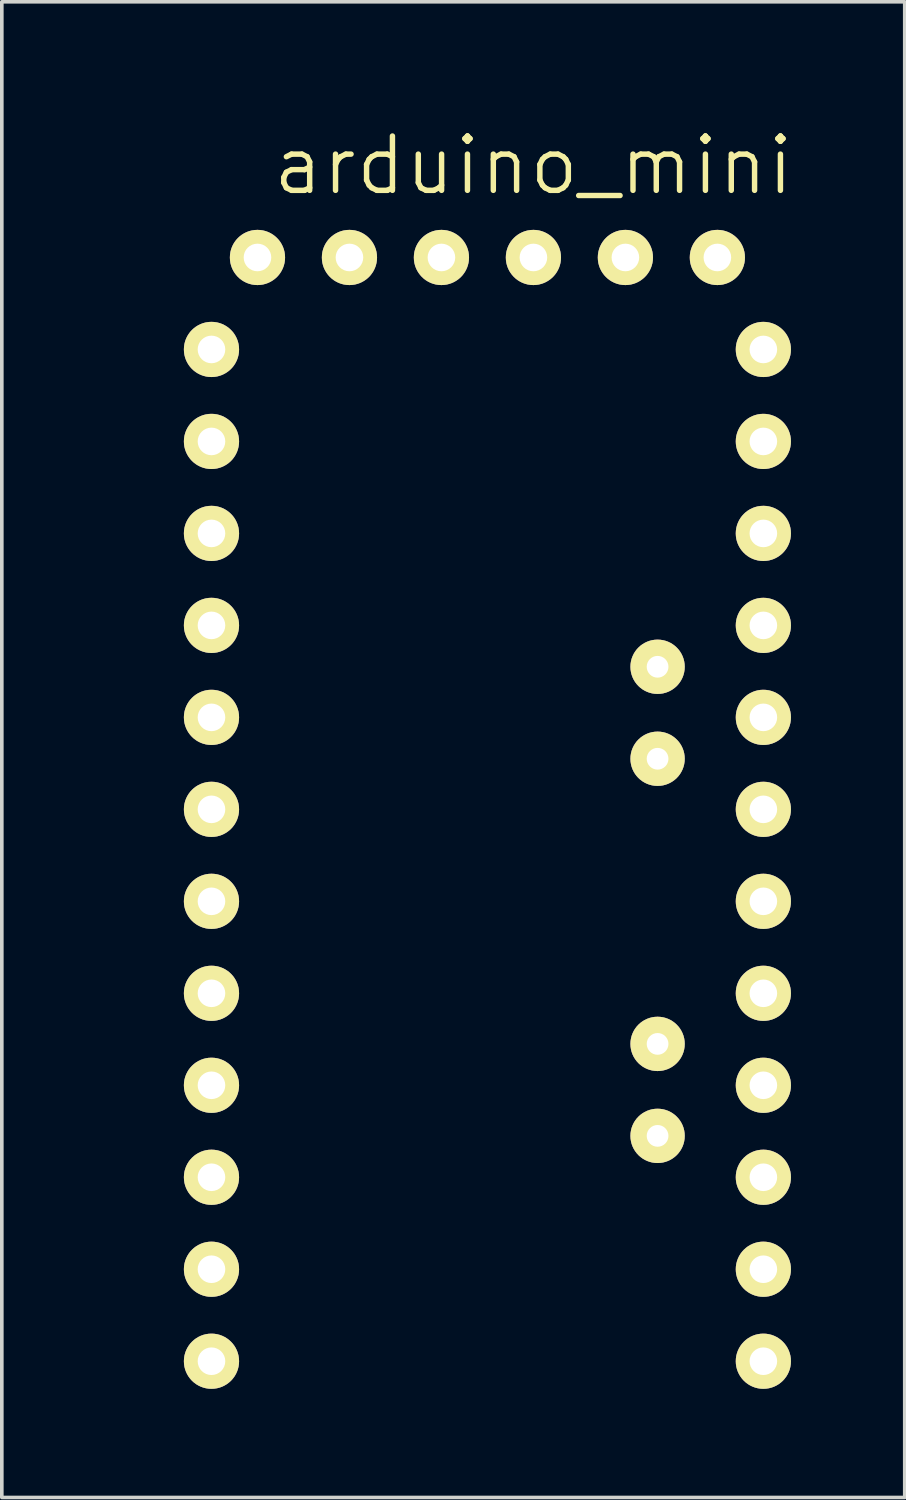
<source format=kicad_pcb>
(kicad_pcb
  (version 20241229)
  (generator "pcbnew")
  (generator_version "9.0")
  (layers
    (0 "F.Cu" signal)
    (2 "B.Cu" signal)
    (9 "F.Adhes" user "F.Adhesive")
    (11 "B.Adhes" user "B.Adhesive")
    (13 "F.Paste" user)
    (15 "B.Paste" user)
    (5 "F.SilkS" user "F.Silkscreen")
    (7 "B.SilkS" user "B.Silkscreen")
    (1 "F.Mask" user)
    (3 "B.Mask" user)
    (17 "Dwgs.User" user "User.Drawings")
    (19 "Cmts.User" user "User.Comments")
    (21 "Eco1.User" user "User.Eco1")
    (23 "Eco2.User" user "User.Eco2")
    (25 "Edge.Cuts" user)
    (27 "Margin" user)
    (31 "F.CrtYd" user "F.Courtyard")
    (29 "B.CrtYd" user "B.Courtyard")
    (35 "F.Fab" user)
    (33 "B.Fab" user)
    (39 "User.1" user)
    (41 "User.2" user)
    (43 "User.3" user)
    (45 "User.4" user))
  (footprint "arduino_mini"
    (layer "F.Cu")
    (at 0.25 0.25)
    (property "Reference" "arduino_mini" (at 11.43 1.27 0) (layer "F.SilkS") (effects (font (size 1.5 1.5) (thickness 0.15))))
    (attr through_hole)
    (pad "1" thru_hole circle (at 3.81 3.81) (size 1.524 1.524) (drill 0.762) (layers "*.Cu" "*.Mask" "F.SilkS"))
    (pad "2" thru_hole circle (at 6.35 3.81) (size 1.524 1.524) (drill 0.762) (layers "*.Cu" "*.Mask" "F.SilkS"))
    (pad "3" thru_hole circle (at 8.89 3.81) (size 1.524 1.524) (drill 0.762) (layers "*.Cu" "*.Mask" "F.SilkS"))
    (pad "4" thru_hole circle (at 11.43 3.81) (size 1.524 1.524) (drill 0.762) (layers "*.Cu" "*.Mask" "F.SilkS"))
    (pad "5" thru_hole circle (at 13.97 3.81) (size 1.524 1.524) (drill 0.762) (layers "*.Cu" "*.Mask" "F.SilkS"))
    (pad "6" thru_hole circle (at 16.51 3.81) (size 1.524 1.524) (drill 0.762) (layers "*.Cu" "*.Mask" "F.SilkS"))
    (pad "7" thru_hole circle (at 2.54 6.35) (size 1.524 1.524) (drill 0.762) (layers "*.Cu" "*.Mask" "F.SilkS"))
    (pad "8" thru_hole circle (at 2.54 8.89) (size 1.524 1.524) (drill 0.762) (layers "*.Cu" "*.Mask" "F.SilkS"))
    (pad "9" thru_hole circle (at 2.54 11.43) (size 1.524 1.524) (drill 0.762) (layers "*.Cu" "*.Mask" "F.SilkS"))
    (pad "10" thru_hole circle (at 2.54 13.97) (size 1.524 1.524) (drill 0.762) (layers "*.Cu" "*.Mask" "F.SilkS"))
    (pad "11" thru_hole circle (at 2.54 16.51) (size 1.524 1.524) (drill 0.762) (layers "*.Cu" "*.Mask" "F.SilkS"))
    (pad "12" thru_hole circle (at 2.54 19.05) (size 1.524 1.524) (drill 0.762) (layers "*.Cu" "*.Mask" "F.SilkS"))
    (pad "13" thru_hole circle (at 2.54 21.59) (size 1.524 1.524) (drill 0.762) (layers "*.Cu" "*.Mask" "F.SilkS"))
    (pad "14" thru_hole circle (at 2.54 24.13) (size 1.524 1.524) (drill 0.762) (layers "*.Cu" "*.Mask" "F.SilkS"))
    (pad "15" thru_hole circle (at 2.54 26.67) (size 1.524 1.524) (drill 0.762) (layers "*.Cu" "*.Mask" "F.SilkS"))
    (pad "16" thru_hole circle (at 2.54 29.21) (size 1.524 1.524) (drill 0.762) (layers "*.Cu" "*.Mask" "F.SilkS"))
    (pad "17" thru_hole circle (at 2.54 31.75) (size 1.524 1.524) (drill 0.762) (layers "*.Cu" "*.Mask" "F.SilkS"))
    (pad "18" thru_hole circle (at 2.54 34.29) (size 1.524 1.524) (drill 0.762) (layers "*.Cu" "*.Mask" "F.SilkS"))
    (pad "19" thru_hole circle (at 17.78 6.35) (size 1.524 1.524) (drill 0.762) (layers "*.Cu" "*.Mask" "F.SilkS"))
    (pad "20" thru_hole circle (at 17.78 8.89) (size 1.524 1.524) (drill 0.762) (layers "*.Cu" "*.Mask" "F.SilkS"))
    (pad "21" thru_hole circle (at 17.78 11.43) (size 1.524 1.524) (drill 0.762) (layers "*.Cu" "*.Mask" "F.SilkS"))
    (pad "22" thru_hole circle (at 17.78 13.97) (size 1.524 1.524) (drill 0.762) (layers "*.Cu" "*.Mask" "F.SilkS"))
    (pad "23" thru_hole circle (at 17.78 16.51) (size 1.524 1.524) (drill 0.762) (layers "*.Cu" "*.Mask" "F.SilkS"))
    (pad "24" thru_hole circle (at 17.78 19.05) (size 1.524 1.524) (drill 0.762) (layers "*.Cu" "*.Mask" "F.SilkS"))
    (pad "25" thru_hole circle (at 17.78 21.59) (size 1.524 1.524) (drill 0.762) (layers "*.Cu" "*.Mask" "F.SilkS"))
    (pad "26" thru_hole circle (at 17.78 24.13) (size 1.524 1.524) (drill 0.762) (layers "*.Cu" "*.Mask" "F.SilkS"))
    (pad "27" thru_hole circle (at 17.78 26.67) (size 1.524 1.524) (drill 0.762) (layers "*.Cu" "*.Mask" "F.SilkS"))
    (pad "28" thru_hole circle (at 17.78 29.21) (size 1.524 1.524) (drill 0.762) (layers "*.Cu" "*.Mask" "F.SilkS"))
    (pad "29" thru_hole circle (at 17.78 31.75) (size 1.524 1.524) (drill 0.762) (layers "*.Cu" "*.Mask" "F.SilkS"))
    (pad "30" thru_hole circle (at 17.78 34.29) (size 1.524 1.524) (drill 0.762) (layers "*.Cu" "*.Mask" "F.SilkS"))
    (pad "31" thru_hole circle (at 14.859 15.113) (size 1.5 1.5) (drill 0.6) (layers "*.Cu" "*.Mask" "F.SilkS"))
    (pad "32" thru_hole circle (at 14.859 17.653) (size 1.5 1.5) (drill 0.6) (layers "*.Cu" "*.Mask" "F.SilkS"))
    (pad "34" thru_hole circle (at 14.859 25.527) (size 1.5 1.5) (drill 0.6) (layers "*.Cu" "*.Mask" "F.SilkS"))
    (pad "35" thru_hole circle (at 14.859 28.067) (size 1.5 1.5) (drill 0.6) (layers "*.Cu" "*.Mask" "F.SilkS")))
  (gr_rect
    (start -3 -3)
    (end 21.934 38.302)
    (stroke (width 0.1) (type default))
    (fill no)
    (layer "Edge.Cuts")))
</source>
